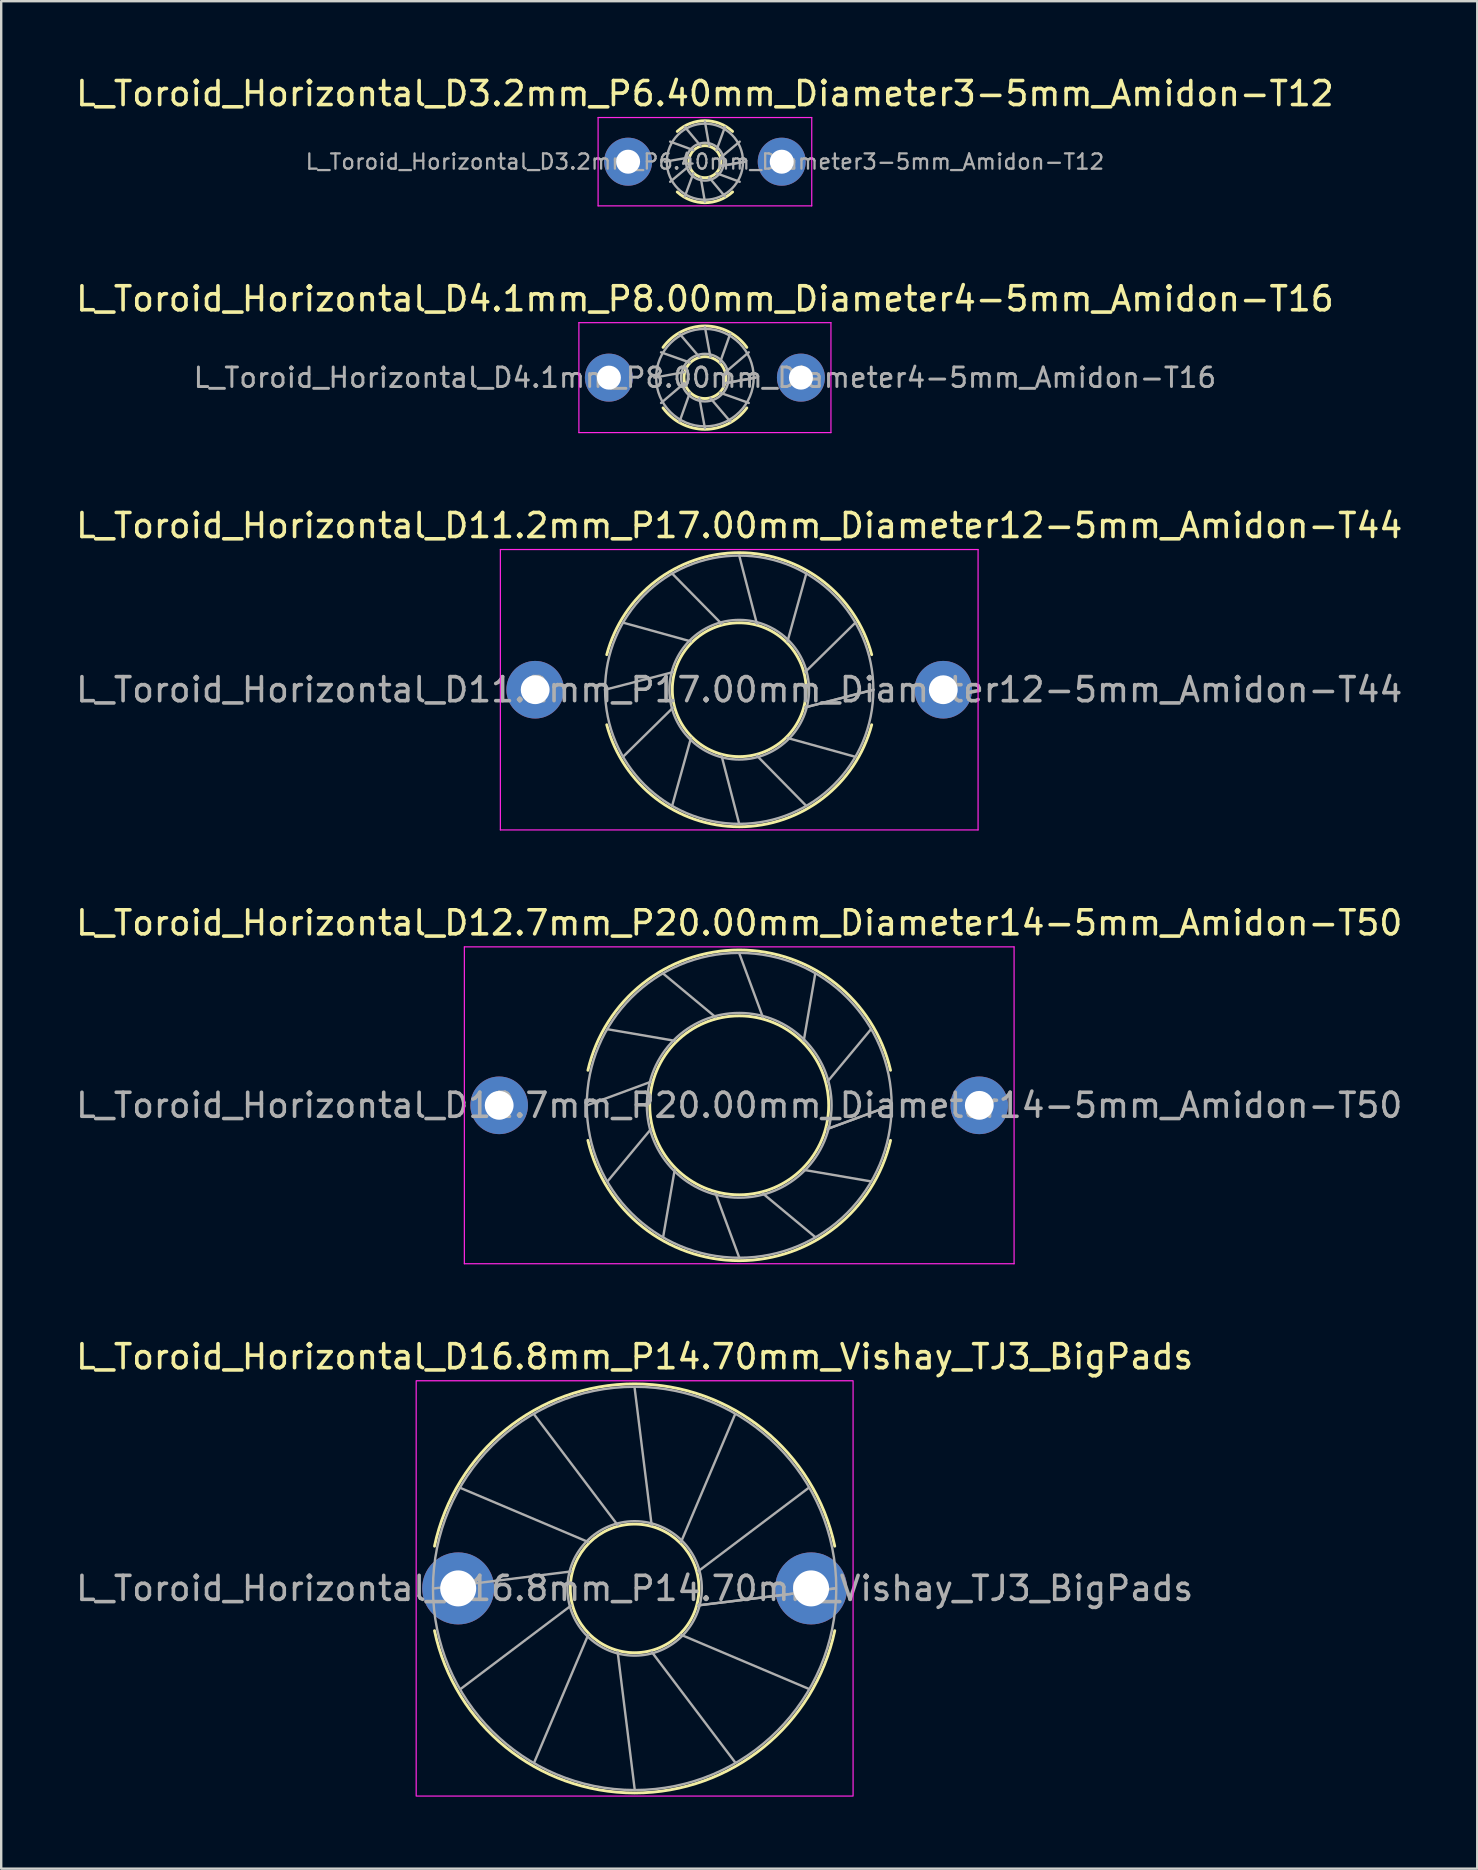
<source format=kicad_pcb>
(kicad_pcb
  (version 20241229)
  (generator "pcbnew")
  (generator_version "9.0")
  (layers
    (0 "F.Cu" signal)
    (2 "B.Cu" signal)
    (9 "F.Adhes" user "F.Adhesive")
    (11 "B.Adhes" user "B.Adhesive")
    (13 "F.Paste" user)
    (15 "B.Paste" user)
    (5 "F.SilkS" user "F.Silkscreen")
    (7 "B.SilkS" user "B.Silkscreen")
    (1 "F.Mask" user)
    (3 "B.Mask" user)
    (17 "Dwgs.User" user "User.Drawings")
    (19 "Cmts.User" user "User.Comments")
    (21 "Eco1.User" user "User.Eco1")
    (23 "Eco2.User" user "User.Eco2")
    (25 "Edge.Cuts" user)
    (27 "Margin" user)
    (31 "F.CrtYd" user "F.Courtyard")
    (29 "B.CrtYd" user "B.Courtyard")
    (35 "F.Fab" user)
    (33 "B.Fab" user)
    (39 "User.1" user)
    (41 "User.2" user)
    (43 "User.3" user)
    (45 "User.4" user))
  (footprint "L_Toroid_Horizontal_D4.1mm_P8.00mm_Diameter4-5mm_Amidon-T16"
    (layer "F.Cu")
    (at 22.315 12.681)
    (property "Reference" "L_Toroid_Horizontal_D4.1mm_P8.00mm_Diameter4-5mm_Amidon-T16" (at 4 -3.282 0) (layer "F.SilkS") (effects (font (size 1 1) (thickness 0.15))))
    (attr through_hole)
    (fp_arc (start 2.255436 -1.26) (mid 4 -2.152) (end 5.744564 -1.26) (stroke (width 0.12) (type solid)) (layer "F.SilkS"))
    (fp_arc (start 5.744564 1.26) (mid 4 2.152) (end 2.255436 1.26) (stroke (width 0.12) (type solid)) (layer "F.SilkS"))
    (fp_circle (center 4 0) (end 4.871 0) (stroke (width 0.12) (type solid)) (fill no) (layer "F.SilkS"))
    (fp_line (start -1.25 -2.29) (end -1.25 2.29) (stroke (width 0.05) (type solid)) (layer "F.CrtYd"))
    (fp_line (start -1.25 2.29) (end 9.25 2.29) (stroke (width 0.05) (type solid)) (layer "F.CrtYd"))
    (fp_line (start 9.25 -2.29) (end -1.25 -2.29) (stroke (width 0.05) (type solid)) (layer "F.CrtYd"))
    (fp_line (start 9.25 2.29) (end 9.25 -2.29) (stroke (width 0.05) (type solid)) (layer "F.CrtYd"))
    (fp_line (start 1.891 0.000195) (end 3.142 -0.23) (stroke (width 0.1) (type solid)) (layer "F.Fab"))
    (fp_line (start 2.173 -1.054) (end 3.372 -0.628) (stroke (width 0.1) (type solid)) (layer "F.Fab"))
    (fp_line (start 2.174 1.055) (end 3.142 0.23) (stroke (width 0.1) (type solid)) (layer "F.Fab"))
    (fp_line (start 2.945 -1.826) (end 3.77 -0.858) (stroke (width 0.1) (type solid)) (layer "F.Fab"))
    (fp_line (start 2.946 1.826) (end 3.372 0.628) (stroke (width 0.1) (type solid)) (layer "F.Fab"))
    (fp_line (start 4 -2.109) (end 4.23 -0.858) (stroke (width 0.1) (type solid)) (layer "F.Fab"))
    (fp_line (start 4 2.109) (end 3.77 0.858) (stroke (width 0.1) (type solid)) (layer "F.Fab"))
    (fp_line (start 5.054 -1.827) (end 4.628 -0.628) (stroke (width 0.1) (type solid)) (layer "F.Fab"))
    (fp_line (start 5.055 1.826) (end 4.23 0.858) (stroke (width 0.1) (type solid)) (layer "F.Fab"))
    (fp_line (start 5.826 -1.055) (end 4.858 -0.23) (stroke (width 0.1) (type solid)) (layer "F.Fab"))
    (fp_line (start 5.826 1.054) (end 4.628 0.628) (stroke (width 0.1) (type solid)) (layer "F.Fab"))
    (fp_line (start 6.109 -0.000391) (end 4.858 0.23) (stroke (width 0.1) (type solid)) (layer "F.Fab"))
    (fp_line (start 6.109 0) (end 4.858 0.23) (stroke (width 0.1) (type solid)) (layer "F.Fab"))
    (fp_circle (center 4 0) (end 4.991 0) (stroke (width 0.1) (type solid)) (fill no) (layer "F.Fab"))
    (fp_circle (center 4 0) (end 6.032 0) (stroke (width 0.1) (type solid)) (fill no) (layer "F.Fab"))
    (fp_text user "${REFERENCE}" (at 4 0 0) (layer "F.Fab") (effects (font (size 0.813 0.813) (thickness 0.122))))
    (pad "1" thru_hole circle (at 0 0) (size 2 2) (drill 1) (layers "*.Cu" "*.Mask"))
    (pad "2" thru_hole circle (at 8 0) (size 2 2) (drill 1) (layers "*.Cu" "*.Mask")))
  (footprint "L_Toroid_Horizontal_D3.2mm_P6.40mm_Diameter3-5mm_Amidon-T12"
    (layer "F.Cu")
    (at 23.115 3.686)
    (property "Reference" "L_Toroid_Horizontal_D3.2mm_P6.40mm_Diameter3-5mm_Amidon-T12" (at 3.2 -2.837 0) (layer "F.SilkS") (effects (font (size 1 1) (thickness 0.15))))
    (attr through_hole)
    (fp_arc (start 2.04763 -1.26) (mid 3.2 -1.7075) (end 4.35237 -1.26) (stroke (width 0.12) (type solid)) (layer "F.SilkS"))
    (fp_arc (start 4.35237 1.26) (mid 3.2 1.7075) (end 2.04763 1.26) (stroke (width 0.12) (type solid)) (layer "F.SilkS"))
    (fp_circle (center 3.2 0) (end 3.867 0) (stroke (width 0.12) (type solid)) (fill no) (layer "F.SilkS"))
    (fp_line (start -1.25 -1.84) (end -1.25 1.84) (stroke (width 0.05) (type solid)) (layer "F.CrtYd"))
    (fp_line (start -1.25 1.84) (end 7.65 1.84) (stroke (width 0.05) (type solid)) (layer "F.CrtYd"))
    (fp_line (start 7.65 -1.84) (end -1.25 -1.84) (stroke (width 0.05) (type solid)) (layer "F.CrtYd"))
    (fp_line (start 7.65 1.84) (end 7.65 -1.84) (stroke (width 0.05) (type solid)) (layer "F.CrtYd"))
    (fp_line (start 1.527 0.000155) (end 2.542 -0.176) (stroke (width 0.1) (type solid)) (layer "F.Fab"))
    (fp_line (start 1.751 -0.837) (end 2.719 -0.481) (stroke (width 0.1) (type solid)) (layer "F.Fab"))
    (fp_line (start 1.751 0.837) (end 2.542 0.176) (stroke (width 0.1) (type solid)) (layer "F.Fab"))
    (fp_line (start 2.363 -1.449) (end 3.024 -0.658) (stroke (width 0.1) (type solid)) (layer "F.Fab"))
    (fp_line (start 2.363 1.449) (end 2.719 0.481) (stroke (width 0.1) (type solid)) (layer "F.Fab"))
    (fp_line (start 3.2 -1.673) (end 3.376 -0.658) (stroke (width 0.1) (type solid)) (layer "F.Fab"))
    (fp_line (start 3.2 1.673) (end 3.024 0.658) (stroke (width 0.1) (type solid)) (layer "F.Fab"))
    (fp_line (start 4.036 -1.449) (end 3.681 -0.481) (stroke (width 0.1) (type solid)) (layer "F.Fab"))
    (fp_line (start 4.037 1.449) (end 3.376 0.658) (stroke (width 0.1) (type solid)) (layer "F.Fab"))
    (fp_line (start 4.649 -0.837) (end 3.858 -0.176) (stroke (width 0.1) (type solid)) (layer "F.Fab"))
    (fp_line (start 4.649 0.837) (end 3.681 0.481) (stroke (width 0.1) (type solid)) (layer "F.Fab"))
    (fp_line (start 4.873 -0.00031) (end 3.858 0.176) (stroke (width 0.1) (type solid)) (layer "F.Fab"))
    (fp_line (start 4.873 0) (end 3.858 0.176) (stroke (width 0.1) (type solid)) (layer "F.Fab"))
    (fp_circle (center 3.2 0) (end 3.987 0) (stroke (width 0.1) (type solid)) (fill no) (layer "F.Fab"))
    (fp_circle (center 3.2 0) (end 4.787 0) (stroke (width 0.1) (type solid)) (fill no) (layer "F.Fab"))
    (fp_text user "${REFERENCE}" (at 3.2 0 0) (layer "F.Fab") (effects (font (size 0.635 0.635) (thickness 0.095))))
    (pad "1" thru_hole circle (at 0 0) (size 2 2) (drill 1) (layers "*.Cu" "*.Mask"))
    (pad "2" thru_hole circle (at 6.4 0) (size 2 2) (drill 1) (layers "*.Cu" "*.Mask")))
  (footprint "L_Toroid_Horizontal_D16.8mm_P14.70mm_Vishay_TJ3_BigPads"
    (layer "F.Cu")
    (at 16.037 63.119)
    (property "Reference" "L_Toroid_Horizontal_D16.8mm_P14.70mm_Vishay_TJ3_BigPads" (at 7.35 -9.65 0) (layer "F.SilkS") (effects (font (size 1 1) (thickness 0.15))))
    (attr through_hole)
    (fp_arc (start -0.986234 -1.76) (mid 7.35 -8.52) (end 15.686234 -1.76) (stroke (width 0.12) (type solid)) (layer "F.SilkS"))
    (fp_arc (start 15.686234 1.76) (mid 7.35 8.52) (end -0.986234 1.76) (stroke (width 0.12) (type solid)) (layer "F.SilkS"))
    (fp_circle (center 7.35 0) (end 10.03 0) (stroke (width 0.12) (type solid)) (fill no) (layer "F.SilkS"))
    (fp_rect (start -1.75 -8.65) (end 16.45 8.65) (stroke (width 0.05) (type solid)) (fill no) (layer "F.CrtYd"))
    (fp_line (start -1 0) (end 4.71 -0.708) (stroke (width 0.1) (type solid)) (layer "F.Fab"))
    (fp_line (start 0.119 -4.175) (end 5.417 -1.933) (stroke (width 0.1) (type solid)) (layer "F.Fab"))
    (fp_line (start 0.119 4.175) (end 4.71 0.708) (stroke (width 0.1) (type solid)) (layer "F.Fab"))
    (fp_line (start 3.175 -7.231) (end 6.642 -2.64) (stroke (width 0.1) (type solid)) (layer "F.Fab"))
    (fp_line (start 3.175 7.231) (end 5.417 1.933) (stroke (width 0.1) (type solid)) (layer "F.Fab"))
    (fp_line (start 7.35 -8.35) (end 8.058 -2.64) (stroke (width 0.1) (type solid)) (layer "F.Fab"))
    (fp_line (start 7.35 8.35) (end 6.642 2.64) (stroke (width 0.1) (type solid)) (layer "F.Fab"))
    (fp_line (start 11.525 -7.231) (end 9.283 -1.933) (stroke (width 0.1) (type solid)) (layer "F.Fab"))
    (fp_line (start 11.525 7.231) (end 8.058 2.64) (stroke (width 0.1) (type solid)) (layer "F.Fab"))
    (fp_line (start 14.581 -4.175) (end 9.99 -0.708) (stroke (width 0.1) (type solid)) (layer "F.Fab"))
    (fp_line (start 14.581 4.175) (end 9.283 1.933) (stroke (width 0.1) (type solid)) (layer "F.Fab"))
    (fp_line (start 15.7 0) (end 9.99 0.708) (stroke (width 0.1) (type solid)) (layer "F.Fab"))
    (fp_line (start 15.7 0) (end 9.99 0.708) (stroke (width 0.1) (type solid)) (layer "F.Fab"))
    (fp_circle (center 7.35 0) (end 10.15 0) (stroke (width 0.1) (type solid)) (fill no) (layer "F.Fab"))
    (fp_circle (center 7.35 0) (end 15.75 0) (stroke (width 0.1) (type solid)) (fill no) (layer "F.Fab"))
    (fp_text user "${REFERENCE}" (at 7.35 0 0) (layer "F.Fab") (effects (font (size 1 1) (thickness 0.15))))
    (pad "1" thru_hole circle (at 0 0) (size 3 3) (drill 1.5) (layers "*.Cu" "*.Mask"))
    (pad "2" thru_hole circle (at 14.7 0) (size 3 3) (drill 1.5) (layers "*.Cu" "*.Mask")))
  (footprint "L_Toroid_Horizontal_D11.2mm_P17.00mm_Diameter12-5mm_Amidon-T44"
    (layer "F.Cu")
    (at 19.244 25.682)
    (property "Reference" "L_Toroid_Horizontal_D11.2mm_P17.00mm_Diameter12-5mm_Amidon-T44" (at 8.5 -6.838 0) (layer "F.SilkS") (effects (font (size 1 1) (thickness 0.15))))
    (attr through_hole)
    (fp_arc (start 2.981879 -1.46) (mid 8.5 -5.708) (end 14.018121 -1.46) (stroke (width 0.12) (type solid)) (layer "F.SilkS"))
    (fp_arc (start 14.018121 1.46) (mid 8.5 5.708) (end 2.981879 1.46) (stroke (width 0.12) (type solid)) (layer "F.SilkS"))
    (fp_circle (center 8.5 0) (end 11.288 0) (stroke (width 0.12) (type solid)) (fill no) (layer "F.SilkS"))
    (fp_line (start -1.45 -5.84) (end -1.45 5.84) (stroke (width 0.05) (type solid)) (layer "F.CrtYd"))
    (fp_line (start -1.45 5.84) (end 18.45 5.84) (stroke (width 0.05) (type solid)) (layer "F.CrtYd"))
    (fp_line (start 18.45 -5.84) (end -1.45 -5.84) (stroke (width 0.05) (type solid)) (layer "F.CrtYd"))
    (fp_line (start 18.45 5.84) (end 18.45 -5.84) (stroke (width 0.05) (type solid)) (layer "F.CrtYd"))
    (fp_line (start 2.906 0.001) (end 5.753 -0.736) (stroke (width 0.1) (type solid)) (layer "F.Fab"))
    (fp_line (start 3.655 -2.796) (end 6.489 -2.011) (stroke (width 0.1) (type solid)) (layer "F.Fab"))
    (fp_line (start 3.656 2.797) (end 5.753 0.736) (stroke (width 0.1) (type solid)) (layer "F.Fab"))
    (fp_line (start 5.702 -4.844) (end 7.764 -2.747) (stroke (width 0.1) (type solid)) (layer "F.Fab"))
    (fp_line (start 5.703 4.845) (end 6.489 2.011) (stroke (width 0.1) (type solid)) (layer "F.Fab"))
    (fp_line (start 8.499 -5.594) (end 9.236 -2.747) (stroke (width 0.1) (type solid)) (layer "F.Fab"))
    (fp_line (start 8.5 5.594) (end 7.764 2.747) (stroke (width 0.1) (type solid)) (layer "F.Fab"))
    (fp_line (start 11.296 -4.845) (end 10.511 -2.011) (stroke (width 0.1) (type solid)) (layer "F.Fab"))
    (fp_line (start 11.297 4.844) (end 9.236 2.747) (stroke (width 0.1) (type solid)) (layer "F.Fab"))
    (fp_line (start 13.344 -2.798) (end 11.247 -0.737) (stroke (width 0.1) (type solid)) (layer "F.Fab"))
    (fp_line (start 13.344 2.797) (end 10.511 2.011) (stroke (width 0.1) (type solid)) (layer "F.Fab"))
    (fp_line (start 14.094 -0.001) (end 11.247 0.736) (stroke (width 0.1) (type solid)) (layer "F.Fab"))
    (fp_line (start 14.094 0) (end 11.247 0.736) (stroke (width 0.1) (type solid)) (layer "F.Fab"))
    (fp_circle (center 8.5 0) (end 11.408 0) (stroke (width 0.1) (type solid)) (fill no) (layer "F.Fab"))
    (fp_circle (center 8.5 0) (end 14.088 0) (stroke (width 0.1) (type solid)) (fill no) (layer "F.Fab"))
    (fp_text user "${REFERENCE}" (at 8.5 0 0) (layer "F.Fab") (effects (font (size 1 1) (thickness 0.15))))
    (pad "1" thru_hole circle (at 0 0) (size 2.4 2.4) (drill 1.2) (layers "*.Cu" "*.Mask"))
    (pad "2" thru_hole circle (at 17 0) (size 2.4 2.4) (drill 1.2) (layers "*.Cu" "*.Mask")))
  (footprint "L_Toroid_Horizontal_D12.7mm_P20.00mm_Diameter14-5mm_Amidon-T50"
    (layer "F.Cu")
    (at 17.744 42.995)
    (property "Reference" "L_Toroid_Horizontal_D12.7mm_P20.00mm_Diameter14-5mm_Amidon-T50" (at 10 -7.6 0) (layer "F.SilkS") (effects (font (size 1 1) (thickness 0.15))))
    (attr through_hole)
    (fp_arc (start 3.696882 -1.46) (mid 10 -6.47) (end 16.303118 -1.46) (stroke (width 0.12) (type solid)) (layer "F.SilkS"))
    (fp_arc (start 16.303118 1.46) (mid 10 6.47) (end 3.696882 1.46) (stroke (width 0.12) (type solid)) (layer "F.SilkS"))
    (fp_circle (center 10 0) (end 13.728 0) (stroke (width 0.12) (type solid)) (fill no) (layer "F.SilkS"))
    (fp_line (start -1.45 -6.6) (end -1.45 6.6) (stroke (width 0.05) (type solid)) (layer "F.CrtYd"))
    (fp_line (start -1.45 6.6) (end 21.45 6.6) (stroke (width 0.05) (type solid)) (layer "F.CrtYd"))
    (fp_line (start 21.45 -6.6) (end -1.45 -6.6) (stroke (width 0.05) (type solid)) (layer "F.CrtYd"))
    (fp_line (start 21.45 6.6) (end 21.45 -6.6) (stroke (width 0.05) (type solid)) (layer "F.CrtYd"))
    (fp_line (start 3.659 0.001) (end 6.327 -0.984) (stroke (width 0.1) (type solid)) (layer "F.Fab"))
    (fp_line (start 4.509 -3.17) (end 7.311 -2.689) (stroke (width 0.1) (type solid)) (layer "F.Fab"))
    (fp_line (start 4.509 3.171) (end 6.327 0.985) (stroke (width 0.1) (type solid)) (layer "F.Fab"))
    (fp_line (start 6.829 -5.491) (end 9.015 -3.673) (stroke (width 0.1) (type solid)) (layer "F.Fab"))
    (fp_line (start 6.83 5.491) (end 7.311 2.689) (stroke (width 0.1) (type solid)) (layer "F.Fab"))
    (fp_line (start 9.999 -6.341) (end 10.984 -3.673) (stroke (width 0.1) (type solid)) (layer "F.Fab"))
    (fp_line (start 10 6.341) (end 9.016 3.673) (stroke (width 0.1) (type solid)) (layer "F.Fab"))
    (fp_line (start 13.169 -5.492) (end 12.688 -2.689) (stroke (width 0.1) (type solid)) (layer "F.Fab"))
    (fp_line (start 13.17 5.491) (end 10.984 3.673) (stroke (width 0.1) (type solid)) (layer "F.Fab"))
    (fp_line (start 15.491 -3.171) (end 13.673 -0.985) (stroke (width 0.1) (type solid)) (layer "F.Fab"))
    (fp_line (start 15.491 3.17) (end 12.689 2.689) (stroke (width 0.1) (type solid)) (layer "F.Fab"))
    (fp_line (start 16.341 -0.001) (end 13.673 0.983) (stroke (width 0.1) (type solid)) (layer "F.Fab"))
    (fp_line (start 16.341 0) (end 13.673 0.984) (stroke (width 0.1) (type solid)) (layer "F.Fab"))
    (fp_circle (center 10 0) (end 13.848 0) (stroke (width 0.1) (type solid)) (fill no) (layer "F.Fab"))
    (fp_circle (center 10 0) (end 16.35 0) (stroke (width 0.1) (type solid)) (fill no) (layer "F.Fab"))
    (fp_text user "${REFERENCE}" (at 10 0 0) (layer "F.Fab") (effects (font (size 1 1) (thickness 0.15))))
    (pad "1" thru_hole circle (at 0 0) (size 2.4 2.4) (drill 1.2) (layers "*.Cu" "*.Mask"))
    (pad "2" thru_hole circle (at 20 0) (size 2.4 2.4) (drill 1.2) (layers "*.Cu" "*.Mask")))
  (gr_rect
    (start -3 -3)
    (end 58.488 74.794)
    (stroke (width 0.1) (type default))
    (fill no)
    (layer "Edge.Cuts")))
</source>
